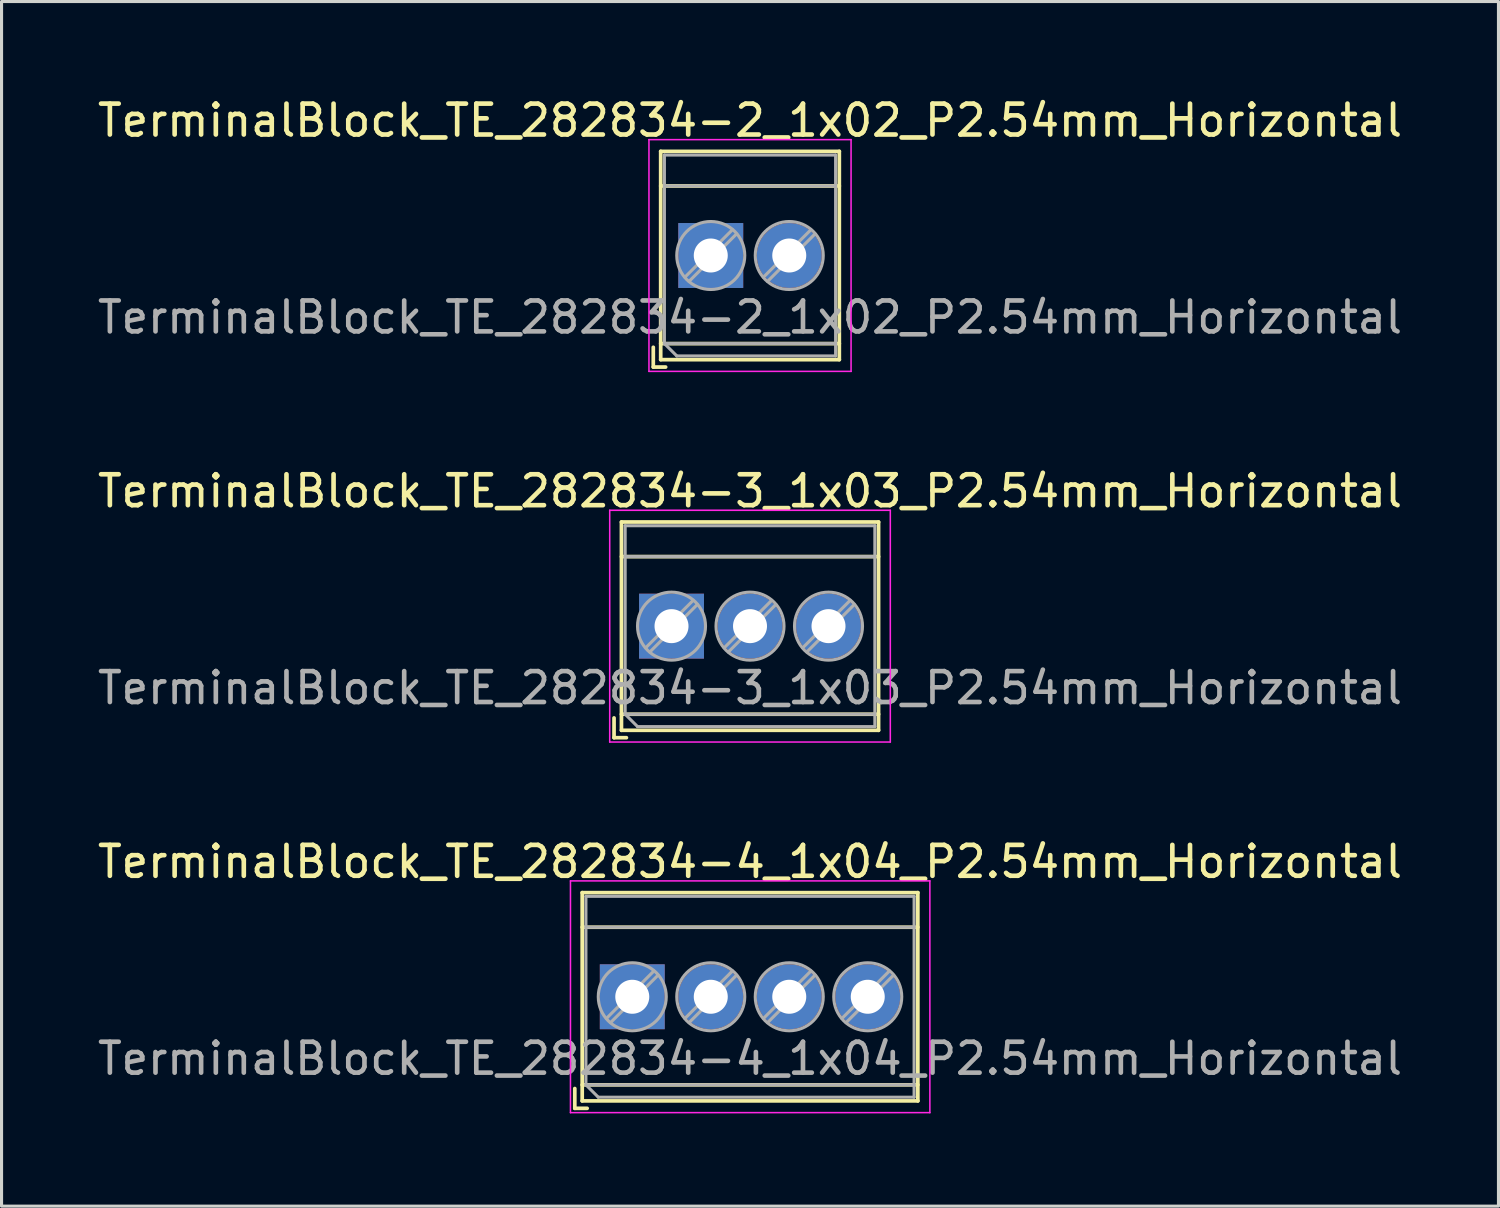
<source format=kicad_pcb>
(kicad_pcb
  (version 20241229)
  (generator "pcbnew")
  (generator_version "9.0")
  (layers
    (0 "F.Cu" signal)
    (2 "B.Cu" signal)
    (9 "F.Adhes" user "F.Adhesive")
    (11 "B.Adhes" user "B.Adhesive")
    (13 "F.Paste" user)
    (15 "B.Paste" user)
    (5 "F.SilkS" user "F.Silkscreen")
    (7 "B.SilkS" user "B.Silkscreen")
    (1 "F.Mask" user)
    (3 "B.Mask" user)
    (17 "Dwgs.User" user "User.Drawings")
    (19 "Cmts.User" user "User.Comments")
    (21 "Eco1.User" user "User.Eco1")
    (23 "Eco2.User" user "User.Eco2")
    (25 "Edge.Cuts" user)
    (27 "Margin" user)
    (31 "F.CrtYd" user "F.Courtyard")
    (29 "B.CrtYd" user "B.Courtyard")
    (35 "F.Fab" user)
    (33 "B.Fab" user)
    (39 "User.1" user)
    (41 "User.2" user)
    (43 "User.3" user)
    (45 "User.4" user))
  (footprint "TerminalBlock_TE_282834-2_1x02_P2.54mm_Horizontal"
    (layer "F.Cu")
    (at 19.95 5.218)
    (property "Reference" "TerminalBlock_TE_282834-2_1x02_P2.54mm_Horizontal" (at 1.27 -4.37 0) (layer "F.SilkS") (effects (font (size 1 1) (thickness 0.15))))
    (attr through_hole)
    (fp_line (start -1.86 2.97) (end -1.86 3.61) (stroke (width 0.12) (type solid)) (layer "F.SilkS"))
    (fp_line (start -1.86 3.61) (end -1.46 3.61) (stroke (width 0.12) (type solid)) (layer "F.SilkS"))
    (fp_line (start -1.62 -3.37) (end -1.62 3.37) (stroke (width 0.12) (type solid)) (layer "F.SilkS"))
    (fp_line (start -1.62 -3.37) (end 4.16 -3.37) (stroke (width 0.12) (type solid)) (layer "F.SilkS"))
    (fp_line (start -1.62 -2.25) (end 4.16 -2.25) (stroke (width 0.12) (type solid)) (layer "F.SilkS"))
    (fp_line (start -1.62 2.85) (end 4.16 2.85) (stroke (width 0.12) (type solid)) (layer "F.SilkS"))
    (fp_line (start -1.62 3.37) (end 4.16 3.37) (stroke (width 0.12) (type solid)) (layer "F.SilkS"))
    (fp_line (start 4.16 -3.37) (end 4.16 3.37) (stroke (width 0.12) (type solid)) (layer "F.SilkS"))
    (fp_line (start -2 -3.75) (end -2 3.75) (stroke (width 0.05) (type solid)) (layer "F.CrtYd"))
    (fp_line (start -2 3.75) (end 4.54 3.75) (stroke (width 0.05) (type solid)) (layer "F.CrtYd"))
    (fp_line (start 4.54 -3.75) (end -2 -3.75) (stroke (width 0.05) (type solid)) (layer "F.CrtYd"))
    (fp_line (start 4.54 3.75) (end 4.54 -3.75) (stroke (width 0.05) (type solid)) (layer "F.CrtYd"))
    (fp_line (start -1.5 -3.25) (end 4.04 -3.25) (stroke (width 0.1) (type solid)) (layer "F.Fab"))
    (fp_line (start -1.5 -2.25) (end 4.04 -2.25) (stroke (width 0.1) (type solid)) (layer "F.Fab"))
    (fp_line (start -1.5 2.85) (end -1.5 -3.25) (stroke (width 0.1) (type solid)) (layer "F.Fab"))
    (fp_line (start -1.5 2.85) (end 4.04 2.85) (stroke (width 0.1) (type solid)) (layer "F.Fab"))
    (fp_line (start -1.1 3.25) (end -1.5 2.85) (stroke (width 0.1) (type solid)) (layer "F.Fab"))
    (fp_line (start 0.701 -0.835) (end -0.835 0.7) (stroke (width 0.1) (type solid)) (layer "F.Fab"))
    (fp_line (start 0.835 -0.7) (end -0.701 0.835) (stroke (width 0.1) (type solid)) (layer "F.Fab"))
    (fp_line (start 3.241 -0.835) (end 1.706 0.7) (stroke (width 0.1) (type solid)) (layer "F.Fab"))
    (fp_line (start 3.375 -0.7) (end 1.84 0.835) (stroke (width 0.1) (type solid)) (layer "F.Fab"))
    (fp_line (start 4.04 -3.25) (end 4.04 3.25) (stroke (width 0.1) (type solid)) (layer "F.Fab"))
    (fp_line (start 4.04 3.25) (end -1.1 3.25) (stroke (width 0.1) (type solid)) (layer "F.Fab"))
    (fp_circle (center 0 0) (end 1.1 0) (stroke (width 0.1) (type solid)) (fill no) (layer "F.Fab"))
    (fp_circle (center 2.54 0) (end 3.64 0) (stroke (width 0.1) (type solid)) (fill no) (layer "F.Fab"))
    (fp_text user "${REFERENCE}" (at 1.27 2 0) (layer "F.Fab") (effects (font (size 1 1) (thickness 0.15))))
    (pad "1" thru_hole rect (at 0 0) (size 2.1 2.1) (drill 1.1) (layers "*.Cu" "*.Mask"))
    (pad "2" thru_hole circle (at 2.54 0) (size 2.1 2.1) (drill 1.1) (layers "*.Cu" "*.Mask")))
  (footprint "TerminalBlock_TE_282834-4_1x04_P2.54mm_Horizontal"
    (layer "F.Cu")
    (at 17.41 29.205)
    (property "Reference" "TerminalBlock_TE_282834-4_1x04_P2.54mm_Horizontal" (at 3.81 -4.37 0) (layer "F.SilkS") (effects (font (size 1 1) (thickness 0.15))))
    (attr through_hole)
    (fp_line (start -1.86 2.97) (end -1.86 3.61) (stroke (width 0.12) (type solid)) (layer "F.SilkS"))
    (fp_line (start -1.86 3.61) (end -1.46 3.61) (stroke (width 0.12) (type solid)) (layer "F.SilkS"))
    (fp_line (start -1.62 -3.37) (end -1.62 3.37) (stroke (width 0.12) (type solid)) (layer "F.SilkS"))
    (fp_line (start -1.62 -3.37) (end 9.241 -3.37) (stroke (width 0.12) (type solid)) (layer "F.SilkS"))
    (fp_line (start -1.62 -2.25) (end 9.241 -2.25) (stroke (width 0.12) (type solid)) (layer "F.SilkS"))
    (fp_line (start -1.62 2.85) (end 9.241 2.85) (stroke (width 0.12) (type solid)) (layer "F.SilkS"))
    (fp_line (start -1.62 3.37) (end 9.241 3.37) (stroke (width 0.12) (type solid)) (layer "F.SilkS"))
    (fp_line (start 9.241 -3.37) (end 9.241 3.37) (stroke (width 0.12) (type solid)) (layer "F.SilkS"))
    (fp_line (start -2 -3.75) (end -2 3.75) (stroke (width 0.05) (type solid)) (layer "F.CrtYd"))
    (fp_line (start -2 3.75) (end 9.63 3.75) (stroke (width 0.05) (type solid)) (layer "F.CrtYd"))
    (fp_line (start 9.63 -3.75) (end -2 -3.75) (stroke (width 0.05) (type solid)) (layer "F.CrtYd"))
    (fp_line (start 9.63 3.75) (end 9.63 -3.75) (stroke (width 0.05) (type solid)) (layer "F.CrtYd"))
    (fp_line (start -1.5 -3.25) (end 9.12 -3.25) (stroke (width 0.1) (type solid)) (layer "F.Fab"))
    (fp_line (start -1.5 -2.25) (end 9.12 -2.25) (stroke (width 0.1) (type solid)) (layer "F.Fab"))
    (fp_line (start -1.5 2.85) (end -1.5 -3.25) (stroke (width 0.1) (type solid)) (layer "F.Fab"))
    (fp_line (start -1.5 2.85) (end 9.12 2.85) (stroke (width 0.1) (type solid)) (layer "F.Fab"))
    (fp_line (start -1.1 3.25) (end -1.5 2.85) (stroke (width 0.1) (type solid)) (layer "F.Fab"))
    (fp_line (start 0.701 -0.835) (end -0.835 0.7) (stroke (width 0.1) (type solid)) (layer "F.Fab"))
    (fp_line (start 0.835 -0.7) (end -0.701 0.835) (stroke (width 0.1) (type solid)) (layer "F.Fab"))
    (fp_line (start 3.241 -0.835) (end 1.706 0.7) (stroke (width 0.1) (type solid)) (layer "F.Fab"))
    (fp_line (start 3.375 -0.7) (end 1.84 0.835) (stroke (width 0.1) (type solid)) (layer "F.Fab"))
    (fp_line (start 5.781 -0.835) (end 4.246 0.7) (stroke (width 0.1) (type solid)) (layer "F.Fab"))
    (fp_line (start 5.915 -0.7) (end 4.38 0.835) (stroke (width 0.1) (type solid)) (layer "F.Fab"))
    (fp_line (start 8.321 -0.835) (end 6.786 0.7) (stroke (width 0.1) (type solid)) (layer "F.Fab"))
    (fp_line (start 8.455 -0.7) (end 6.92 0.835) (stroke (width 0.1) (type solid)) (layer "F.Fab"))
    (fp_line (start 9.12 -3.25) (end 9.12 3.25) (stroke (width 0.1) (type solid)) (layer "F.Fab"))
    (fp_line (start 9.12 3.25) (end -1.1 3.25) (stroke (width 0.1) (type solid)) (layer "F.Fab"))
    (fp_circle (center 0 0) (end 1.1 0) (stroke (width 0.1) (type solid)) (fill no) (layer "F.Fab"))
    (fp_circle (center 2.54 0) (end 3.64 0) (stroke (width 0.1) (type solid)) (fill no) (layer "F.Fab"))
    (fp_circle (center 5.08 0) (end 6.18 0) (stroke (width 0.1) (type solid)) (fill no) (layer "F.Fab"))
    (fp_circle (center 7.62 0) (end 8.72 0) (stroke (width 0.1) (type solid)) (fill no) (layer "F.Fab"))
    (fp_text user "${REFERENCE}" (at 3.81 2 0) (layer "F.Fab") (effects (font (size 1 1) (thickness 0.15))))
    (pad "1" thru_hole rect (at 0 0) (size 2.1 2.1) (drill 1.1) (layers "*.Cu" "*.Mask"))
    (pad "2" thru_hole circle (at 2.54 0) (size 2.1 2.1) (drill 1.1) (layers "*.Cu" "*.Mask"))
    (pad "3" thru_hole circle (at 5.08 0) (size 2.1 2.1) (drill 1.1) (layers "*.Cu" "*.Mask"))
    (pad "4" thru_hole circle (at 7.62 0) (size 2.1 2.1) (drill 1.1) (layers "*.Cu" "*.Mask")))
  (footprint "TerminalBlock_TE_282834-3_1x03_P2.54mm_Horizontal"
    (layer "F.Cu")
    (at 18.68 17.212)
    (property "Reference" "TerminalBlock_TE_282834-3_1x03_P2.54mm_Horizontal" (at 2.54 -4.37 0) (layer "F.SilkS") (effects (font (size 1 1) (thickness 0.15))))
    (attr through_hole)
    (fp_line (start -1.86 2.97) (end -1.86 3.61) (stroke (width 0.12) (type solid)) (layer "F.SilkS"))
    (fp_line (start -1.86 3.61) (end -1.46 3.61) (stroke (width 0.12) (type solid)) (layer "F.SilkS"))
    (fp_line (start -1.62 -3.37) (end -1.62 3.37) (stroke (width 0.12) (type solid)) (layer "F.SilkS"))
    (fp_line (start -1.62 -3.37) (end 6.7 -3.37) (stroke (width 0.12) (type solid)) (layer "F.SilkS"))
    (fp_line (start -1.62 -2.25) (end 6.7 -2.25) (stroke (width 0.12) (type solid)) (layer "F.SilkS"))
    (fp_line (start -1.62 2.85) (end 6.7 2.85) (stroke (width 0.12) (type solid)) (layer "F.SilkS"))
    (fp_line (start -1.62 3.37) (end 6.7 3.37) (stroke (width 0.12) (type solid)) (layer "F.SilkS"))
    (fp_line (start 6.7 -3.37) (end 6.7 3.37) (stroke (width 0.12) (type solid)) (layer "F.SilkS"))
    (fp_line (start -2 -3.75) (end -2 3.75) (stroke (width 0.05) (type solid)) (layer "F.CrtYd"))
    (fp_line (start -2 3.75) (end 7.08 3.75) (stroke (width 0.05) (type solid)) (layer "F.CrtYd"))
    (fp_line (start 7.08 -3.75) (end -2 -3.75) (stroke (width 0.05) (type solid)) (layer "F.CrtYd"))
    (fp_line (start 7.08 3.75) (end 7.08 -3.75) (stroke (width 0.05) (type solid)) (layer "F.CrtYd"))
    (fp_line (start -1.5 -3.25) (end 6.58 -3.25) (stroke (width 0.1) (type solid)) (layer "F.Fab"))
    (fp_line (start -1.5 -2.25) (end 6.58 -2.25) (stroke (width 0.1) (type solid)) (layer "F.Fab"))
    (fp_line (start -1.5 2.85) (end -1.5 -3.25) (stroke (width 0.1) (type solid)) (layer "F.Fab"))
    (fp_line (start -1.5 2.85) (end 6.58 2.85) (stroke (width 0.1) (type solid)) (layer "F.Fab"))
    (fp_line (start -1.1 3.25) (end -1.5 2.85) (stroke (width 0.1) (type solid)) (layer "F.Fab"))
    (fp_line (start 0.701 -0.835) (end -0.835 0.7) (stroke (width 0.1) (type solid)) (layer "F.Fab"))
    (fp_line (start 0.835 -0.7) (end -0.701 0.835) (stroke (width 0.1) (type solid)) (layer "F.Fab"))
    (fp_line (start 3.241 -0.835) (end 1.706 0.7) (stroke (width 0.1) (type solid)) (layer "F.Fab"))
    (fp_line (start 3.375 -0.7) (end 1.84 0.835) (stroke (width 0.1) (type solid)) (layer "F.Fab"))
    (fp_line (start 5.781 -0.835) (end 4.246 0.7) (stroke (width 0.1) (type solid)) (layer "F.Fab"))
    (fp_line (start 5.915 -0.7) (end 4.38 0.835) (stroke (width 0.1) (type solid)) (layer "F.Fab"))
    (fp_line (start 6.58 -3.25) (end 6.58 3.25) (stroke (width 0.1) (type solid)) (layer "F.Fab"))
    (fp_line (start 6.58 3.25) (end -1.1 3.25) (stroke (width 0.1) (type solid)) (layer "F.Fab"))
    (fp_circle (center 0 0) (end 1.1 0) (stroke (width 0.1) (type solid)) (fill no) (layer "F.Fab"))
    (fp_circle (center 2.54 0) (end 3.64 0) (stroke (width 0.1) (type solid)) (fill no) (layer "F.Fab"))
    (fp_circle (center 5.08 0) (end 6.18 0) (stroke (width 0.1) (type solid)) (fill no) (layer "F.Fab"))
    (fp_text user "${REFERENCE}" (at 2.54 2 0) (layer "F.Fab") (effects (font (size 1 1) (thickness 0.15))))
    (pad "1" thru_hole rect (at 0 0) (size 2.1 2.1) (drill 1.1) (layers "*.Cu" "*.Mask"))
    (pad "2" thru_hole circle (at 2.54 0) (size 2.1 2.1) (drill 1.1) (layers "*.Cu" "*.Mask"))
    (pad "3" thru_hole circle (at 5.08 0) (size 2.1 2.1) (drill 1.1) (layers "*.Cu" "*.Mask")))
  (gr_rect
    (start -3 -3)
    (end 45.44 35.98)
    (stroke (width 0.1) (type default))
    (fill no)
    (layer "Edge.Cuts")))
</source>
